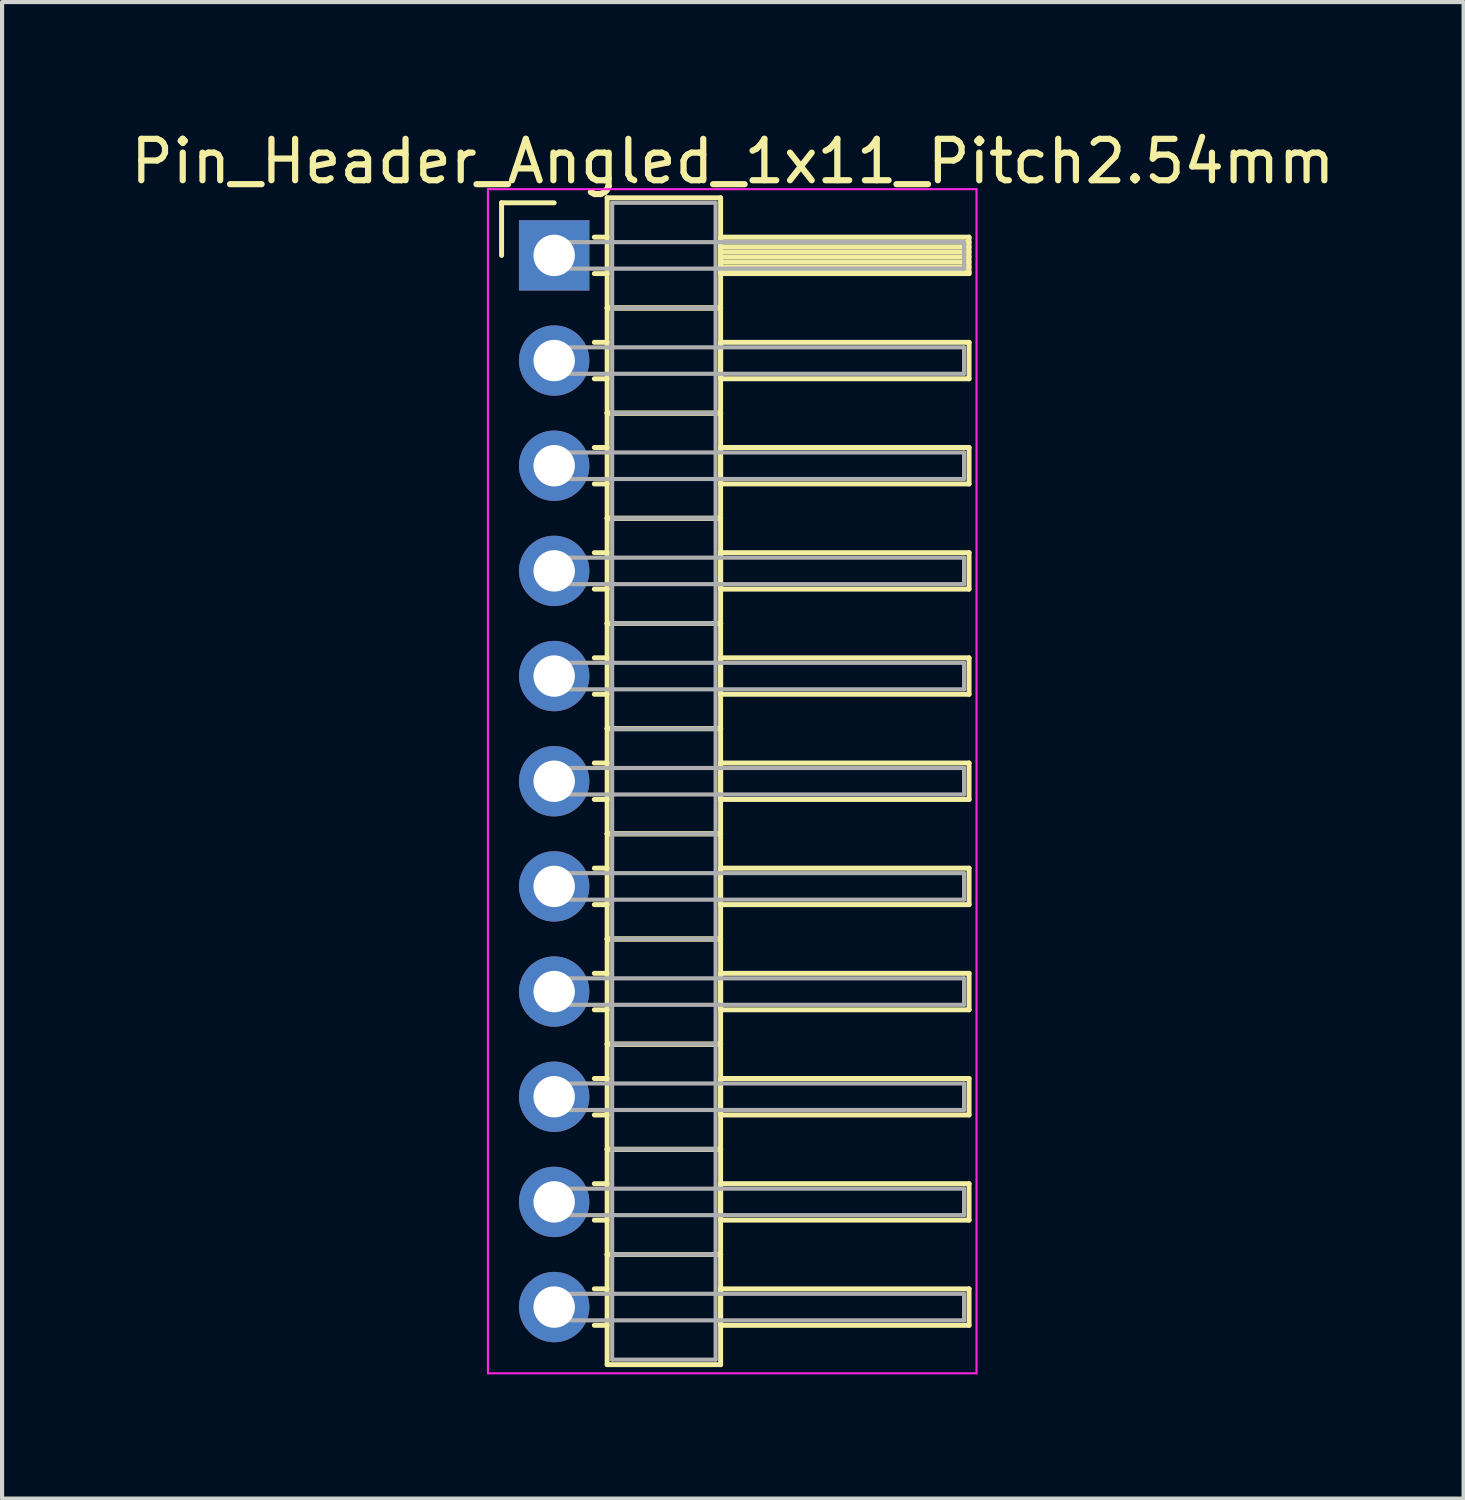
<source format=kicad_pcb>
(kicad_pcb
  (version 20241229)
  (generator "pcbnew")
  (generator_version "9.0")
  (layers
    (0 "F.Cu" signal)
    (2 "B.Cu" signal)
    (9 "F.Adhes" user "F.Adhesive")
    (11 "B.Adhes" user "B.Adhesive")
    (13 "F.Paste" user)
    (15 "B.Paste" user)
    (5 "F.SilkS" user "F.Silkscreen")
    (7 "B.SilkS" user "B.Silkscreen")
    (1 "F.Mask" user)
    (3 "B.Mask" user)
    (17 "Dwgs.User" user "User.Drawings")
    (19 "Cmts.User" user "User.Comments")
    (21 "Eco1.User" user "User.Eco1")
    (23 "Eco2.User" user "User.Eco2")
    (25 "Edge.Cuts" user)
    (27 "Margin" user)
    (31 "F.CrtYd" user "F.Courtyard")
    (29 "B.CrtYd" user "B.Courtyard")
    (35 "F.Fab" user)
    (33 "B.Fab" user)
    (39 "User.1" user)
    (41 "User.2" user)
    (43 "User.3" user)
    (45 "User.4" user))
  (footprint "Pin_Header_Angled_1x11_Pitch2.54mm"
    (layer "F.Cu")
    (at 10.334 3.118)
    (property "Reference" "Pin_Header_Angled_1x11_Pitch2.54mm" (at 4.315 -2.27 0) (layer "F.SilkS") (effects (font (size 1 1) (thickness 0.15))))
    (attr through_hole)
    (fp_line (start -1.27 -1.27) (end 0 -1.27) (stroke (width 0.12) (type solid)) (layer "F.SilkS"))
    (fp_line (start -1.27 0) (end -1.27 -1.27) (stroke (width 0.12) (type solid)) (layer "F.SilkS"))
    (fp_line (start 0.97 -0.44) (end 1.28 -0.44) (stroke (width 0.12) (type solid)) (layer "F.SilkS"))
    (fp_line (start 0.97 0.44) (end 1.28 0.44) (stroke (width 0.12) (type solid)) (layer "F.SilkS"))
    (fp_line (start 0.97 2.1) (end 1.28 2.1) (stroke (width 0.12) (type solid)) (layer "F.SilkS"))
    (fp_line (start 0.97 2.98) (end 1.28 2.98) (stroke (width 0.12) (type solid)) (layer "F.SilkS"))
    (fp_line (start 0.97 4.64) (end 1.28 4.64) (stroke (width 0.12) (type solid)) (layer "F.SilkS"))
    (fp_line (start 0.97 5.52) (end 1.28 5.52) (stroke (width 0.12) (type solid)) (layer "F.SilkS"))
    (fp_line (start 0.97 7.18) (end 1.28 7.18) (stroke (width 0.12) (type solid)) (layer "F.SilkS"))
    (fp_line (start 0.97 8.06) (end 1.28 8.06) (stroke (width 0.12) (type solid)) (layer "F.SilkS"))
    (fp_line (start 0.97 9.72) (end 1.28 9.72) (stroke (width 0.12) (type solid)) (layer "F.SilkS"))
    (fp_line (start 0.97 10.6) (end 1.28 10.6) (stroke (width 0.12) (type solid)) (layer "F.SilkS"))
    (fp_line (start 0.97 12.26) (end 1.28 12.26) (stroke (width 0.12) (type solid)) (layer "F.SilkS"))
    (fp_line (start 0.97 13.14) (end 1.28 13.14) (stroke (width 0.12) (type solid)) (layer "F.SilkS"))
    (fp_line (start 0.97 14.8) (end 1.28 14.8) (stroke (width 0.12) (type solid)) (layer "F.SilkS"))
    (fp_line (start 0.97 15.68) (end 1.28 15.68) (stroke (width 0.12) (type solid)) (layer "F.SilkS"))
    (fp_line (start 0.97 17.34) (end 1.28 17.34) (stroke (width 0.12) (type solid)) (layer "F.SilkS"))
    (fp_line (start 0.97 18.22) (end 1.28 18.22) (stroke (width 0.12) (type solid)) (layer "F.SilkS"))
    (fp_line (start 0.97 19.88) (end 1.28 19.88) (stroke (width 0.12) (type solid)) (layer "F.SilkS"))
    (fp_line (start 0.97 20.76) (end 1.28 20.76) (stroke (width 0.12) (type solid)) (layer "F.SilkS"))
    (fp_line (start 0.97 22.42) (end 1.28 22.42) (stroke (width 0.12) (type solid)) (layer "F.SilkS"))
    (fp_line (start 0.97 23.3) (end 1.28 23.3) (stroke (width 0.12) (type solid)) (layer "F.SilkS"))
    (fp_line (start 0.97 24.96) (end 1.28 24.96) (stroke (width 0.12) (type solid)) (layer "F.SilkS"))
    (fp_line (start 0.97 25.84) (end 1.28 25.84) (stroke (width 0.12) (type solid)) (layer "F.SilkS"))
    (fp_line (start 1.28 -1.39) (end 1.28 1.27) (stroke (width 0.12) (type solid)) (layer "F.SilkS"))
    (fp_line (start 1.28 1.27) (end 1.28 3.81) (stroke (width 0.12) (type solid)) (layer "F.SilkS"))
    (fp_line (start 1.28 1.27) (end 4.02 1.27) (stroke (width 0.12) (type solid)) (layer "F.SilkS"))
    (fp_line (start 1.28 3.81) (end 1.28 6.35) (stroke (width 0.12) (type solid)) (layer "F.SilkS"))
    (fp_line (start 1.28 3.81) (end 4.02 3.81) (stroke (width 0.12) (type solid)) (layer "F.SilkS"))
    (fp_line (start 1.28 6.35) (end 1.28 8.89) (stroke (width 0.12) (type solid)) (layer "F.SilkS"))
    (fp_line (start 1.28 6.35) (end 4.02 6.35) (stroke (width 0.12) (type solid)) (layer "F.SilkS"))
    (fp_line (start 1.28 8.89) (end 1.28 11.43) (stroke (width 0.12) (type solid)) (layer "F.SilkS"))
    (fp_line (start 1.28 8.89) (end 4.02 8.89) (stroke (width 0.12) (type solid)) (layer "F.SilkS"))
    (fp_line (start 1.28 11.43) (end 1.28 13.97) (stroke (width 0.12) (type solid)) (layer "F.SilkS"))
    (fp_line (start 1.28 11.43) (end 4.02 11.43) (stroke (width 0.12) (type solid)) (layer "F.SilkS"))
    (fp_line (start 1.28 13.97) (end 1.28 16.51) (stroke (width 0.12) (type solid)) (layer "F.SilkS"))
    (fp_line (start 1.28 13.97) (end 4.02 13.97) (stroke (width 0.12) (type solid)) (layer "F.SilkS"))
    (fp_line (start 1.28 16.51) (end 1.28 19.05) (stroke (width 0.12) (type solid)) (layer "F.SilkS"))
    (fp_line (start 1.28 16.51) (end 4.02 16.51) (stroke (width 0.12) (type solid)) (layer "F.SilkS"))
    (fp_line (start 1.28 19.05) (end 1.28 21.59) (stroke (width 0.12) (type solid)) (layer "F.SilkS"))
    (fp_line (start 1.28 19.05) (end 4.02 19.05) (stroke (width 0.12) (type solid)) (layer "F.SilkS"))
    (fp_line (start 1.28 21.59) (end 1.28 24.13) (stroke (width 0.12) (type solid)) (layer "F.SilkS"))
    (fp_line (start 1.28 21.59) (end 4.02 21.59) (stroke (width 0.12) (type solid)) (layer "F.SilkS"))
    (fp_line (start 1.28 24.13) (end 1.28 26.79) (stroke (width 0.12) (type solid)) (layer "F.SilkS"))
    (fp_line (start 1.28 24.13) (end 4.02 24.13) (stroke (width 0.12) (type solid)) (layer "F.SilkS"))
    (fp_line (start 1.28 26.79) (end 4.02 26.79) (stroke (width 0.12) (type solid)) (layer "F.SilkS"))
    (fp_line (start 4.02 -1.39) (end 1.28 -1.39) (stroke (width 0.12) (type solid)) (layer "F.SilkS"))
    (fp_line (start 4.02 -0.44) (end 4.02 0.44) (stroke (width 0.12) (type solid)) (layer "F.SilkS"))
    (fp_line (start 4.02 -0.32) (end 10.02 -0.32) (stroke (width 0.12) (type solid)) (layer "F.SilkS"))
    (fp_line (start 4.02 -0.2) (end 10.02 -0.2) (stroke (width 0.12) (type solid)) (layer "F.SilkS"))
    (fp_line (start 4.02 -0.08) (end 10.02 -0.08) (stroke (width 0.12) (type solid)) (layer "F.SilkS"))
    (fp_line (start 4.02 0.04) (end 10.02 0.04) (stroke (width 0.12) (type solid)) (layer "F.SilkS"))
    (fp_line (start 4.02 0.16) (end 10.02 0.16) (stroke (width 0.12) (type solid)) (layer "F.SilkS"))
    (fp_line (start 4.02 0.28) (end 10.02 0.28) (stroke (width 0.12) (type solid)) (layer "F.SilkS"))
    (fp_line (start 4.02 0.4) (end 10.02 0.4) (stroke (width 0.12) (type solid)) (layer "F.SilkS"))
    (fp_line (start 4.02 0.44) (end 10.02 0.44) (stroke (width 0.12) (type solid)) (layer "F.SilkS"))
    (fp_line (start 4.02 1.27) (end 1.28 1.27) (stroke (width 0.12) (type solid)) (layer "F.SilkS"))
    (fp_line (start 4.02 1.27) (end 4.02 -1.39) (stroke (width 0.12) (type solid)) (layer "F.SilkS"))
    (fp_line (start 4.02 2.1) (end 4.02 2.98) (stroke (width 0.12) (type solid)) (layer "F.SilkS"))
    (fp_line (start 4.02 2.98) (end 10.02 2.98) (stroke (width 0.12) (type solid)) (layer "F.SilkS"))
    (fp_line (start 4.02 3.81) (end 1.28 3.81) (stroke (width 0.12) (type solid)) (layer "F.SilkS"))
    (fp_line (start 4.02 3.81) (end 4.02 1.27) (stroke (width 0.12) (type solid)) (layer "F.SilkS"))
    (fp_line (start 4.02 4.64) (end 4.02 5.52) (stroke (width 0.12) (type solid)) (layer "F.SilkS"))
    (fp_line (start 4.02 5.52) (end 10.02 5.52) (stroke (width 0.12) (type solid)) (layer "F.SilkS"))
    (fp_line (start 4.02 6.35) (end 1.28 6.35) (stroke (width 0.12) (type solid)) (layer "F.SilkS"))
    (fp_line (start 4.02 6.35) (end 4.02 3.81) (stroke (width 0.12) (type solid)) (layer "F.SilkS"))
    (fp_line (start 4.02 7.18) (end 4.02 8.06) (stroke (width 0.12) (type solid)) (layer "F.SilkS"))
    (fp_line (start 4.02 8.06) (end 10.02 8.06) (stroke (width 0.12) (type solid)) (layer "F.SilkS"))
    (fp_line (start 4.02 8.89) (end 1.28 8.89) (stroke (width 0.12) (type solid)) (layer "F.SilkS"))
    (fp_line (start 4.02 8.89) (end 4.02 6.35) (stroke (width 0.12) (type solid)) (layer "F.SilkS"))
    (fp_line (start 4.02 9.72) (end 4.02 10.6) (stroke (width 0.12) (type solid)) (layer "F.SilkS"))
    (fp_line (start 4.02 10.6) (end 10.02 10.6) (stroke (width 0.12) (type solid)) (layer "F.SilkS"))
    (fp_line (start 4.02 11.43) (end 1.28 11.43) (stroke (width 0.12) (type solid)) (layer "F.SilkS"))
    (fp_line (start 4.02 11.43) (end 4.02 8.89) (stroke (width 0.12) (type solid)) (layer "F.SilkS"))
    (fp_line (start 4.02 12.26) (end 4.02 13.14) (stroke (width 0.12) (type solid)) (layer "F.SilkS"))
    (fp_line (start 4.02 13.14) (end 10.02 13.14) (stroke (width 0.12) (type solid)) (layer "F.SilkS"))
    (fp_line (start 4.02 13.97) (end 1.28 13.97) (stroke (width 0.12) (type solid)) (layer "F.SilkS"))
    (fp_line (start 4.02 13.97) (end 4.02 11.43) (stroke (width 0.12) (type solid)) (layer "F.SilkS"))
    (fp_line (start 4.02 14.8) (end 4.02 15.68) (stroke (width 0.12) (type solid)) (layer "F.SilkS"))
    (fp_line (start 4.02 15.68) (end 10.02 15.68) (stroke (width 0.12) (type solid)) (layer "F.SilkS"))
    (fp_line (start 4.02 16.51) (end 1.28 16.51) (stroke (width 0.12) (type solid)) (layer "F.SilkS"))
    (fp_line (start 4.02 16.51) (end 4.02 13.97) (stroke (width 0.12) (type solid)) (layer "F.SilkS"))
    (fp_line (start 4.02 17.34) (end 4.02 18.22) (stroke (width 0.12) (type solid)) (layer "F.SilkS"))
    (fp_line (start 4.02 18.22) (end 10.02 18.22) (stroke (width 0.12) (type solid)) (layer "F.SilkS"))
    (fp_line (start 4.02 19.05) (end 1.28 19.05) (stroke (width 0.12) (type solid)) (layer "F.SilkS"))
    (fp_line (start 4.02 19.05) (end 4.02 16.51) (stroke (width 0.12) (type solid)) (layer "F.SilkS"))
    (fp_line (start 4.02 19.88) (end 4.02 20.76) (stroke (width 0.12) (type solid)) (layer "F.SilkS"))
    (fp_line (start 4.02 20.76) (end 10.02 20.76) (stroke (width 0.12) (type solid)) (layer "F.SilkS"))
    (fp_line (start 4.02 21.59) (end 1.28 21.59) (stroke (width 0.12) (type solid)) (layer "F.SilkS"))
    (fp_line (start 4.02 21.59) (end 4.02 19.05) (stroke (width 0.12) (type solid)) (layer "F.SilkS"))
    (fp_line (start 4.02 22.42) (end 4.02 23.3) (stroke (width 0.12) (type solid)) (layer "F.SilkS"))
    (fp_line (start 4.02 23.3) (end 10.02 23.3) (stroke (width 0.12) (type solid)) (layer "F.SilkS"))
    (fp_line (start 4.02 24.13) (end 1.28 24.13) (stroke (width 0.12) (type solid)) (layer "F.SilkS"))
    (fp_line (start 4.02 24.13) (end 4.02 21.59) (stroke (width 0.12) (type solid)) (layer "F.SilkS"))
    (fp_line (start 4.02 24.96) (end 4.02 25.84) (stroke (width 0.12) (type solid)) (layer "F.SilkS"))
    (fp_line (start 4.02 25.84) (end 10.02 25.84) (stroke (width 0.12) (type solid)) (layer "F.SilkS"))
    (fp_line (start 4.02 26.79) (end 4.02 24.13) (stroke (width 0.12) (type solid)) (layer "F.SilkS"))
    (fp_line (start 10.02 -0.44) (end 4.02 -0.44) (stroke (width 0.12) (type solid)) (layer "F.SilkS"))
    (fp_line (start 10.02 0.44) (end 10.02 -0.44) (stroke (width 0.12) (type solid)) (layer "F.SilkS"))
    (fp_line (start 10.02 2.1) (end 4.02 2.1) (stroke (width 0.12) (type solid)) (layer "F.SilkS"))
    (fp_line (start 10.02 2.98) (end 10.02 2.1) (stroke (width 0.12) (type solid)) (layer "F.SilkS"))
    (fp_line (start 10.02 4.64) (end 4.02 4.64) (stroke (width 0.12) (type solid)) (layer "F.SilkS"))
    (fp_line (start 10.02 5.52) (end 10.02 4.64) (stroke (width 0.12) (type solid)) (layer "F.SilkS"))
    (fp_line (start 10.02 7.18) (end 4.02 7.18) (stroke (width 0.12) (type solid)) (layer "F.SilkS"))
    (fp_line (start 10.02 8.06) (end 10.02 7.18) (stroke (width 0.12) (type solid)) (layer "F.SilkS"))
    (fp_line (start 10.02 9.72) (end 4.02 9.72) (stroke (width 0.12) (type solid)) (layer "F.SilkS"))
    (fp_line (start 10.02 10.6) (end 10.02 9.72) (stroke (width 0.12) (type solid)) (layer "F.SilkS"))
    (fp_line (start 10.02 12.26) (end 4.02 12.26) (stroke (width 0.12) (type solid)) (layer "F.SilkS"))
    (fp_line (start 10.02 13.14) (end 10.02 12.26) (stroke (width 0.12) (type solid)) (layer "F.SilkS"))
    (fp_line (start 10.02 14.8) (end 4.02 14.8) (stroke (width 0.12) (type solid)) (layer "F.SilkS"))
    (fp_line (start 10.02 15.68) (end 10.02 14.8) (stroke (width 0.12) (type solid)) (layer "F.SilkS"))
    (fp_line (start 10.02 17.34) (end 4.02 17.34) (stroke (width 0.12) (type solid)) (layer "F.SilkS"))
    (fp_line (start 10.02 18.22) (end 10.02 17.34) (stroke (width 0.12) (type solid)) (layer "F.SilkS"))
    (fp_line (start 10.02 19.88) (end 4.02 19.88) (stroke (width 0.12) (type solid)) (layer "F.SilkS"))
    (fp_line (start 10.02 20.76) (end 10.02 19.88) (stroke (width 0.12) (type solid)) (layer "F.SilkS"))
    (fp_line (start 10.02 22.42) (end 4.02 22.42) (stroke (width 0.12) (type solid)) (layer "F.SilkS"))
    (fp_line (start 10.02 23.3) (end 10.02 22.42) (stroke (width 0.12) (type solid)) (layer "F.SilkS"))
    (fp_line (start 10.02 24.96) (end 4.02 24.96) (stroke (width 0.12) (type solid)) (layer "F.SilkS"))
    (fp_line (start 10.02 25.84) (end 10.02 24.96) (stroke (width 0.12) (type solid)) (layer "F.SilkS"))
    (fp_line (start -1.6 -1.6) (end -1.6 27) (stroke (width 0.05) (type solid)) (layer "F.CrtYd"))
    (fp_line (start -1.6 27) (end 10.2 27) (stroke (width 0.05) (type solid)) (layer "F.CrtYd"))
    (fp_line (start 10.2 -1.6) (end -1.6 -1.6) (stroke (width 0.05) (type solid)) (layer "F.CrtYd"))
    (fp_line (start 10.2 27) (end 10.2 -1.6) (stroke (width 0.05) (type solid)) (layer "F.CrtYd"))
    (fp_line (start 0 -0.32) (end 0 0.32) (stroke (width 0.1) (type solid)) (layer "F.Fab"))
    (fp_line (start 0 0.32) (end 9.9 0.32) (stroke (width 0.1) (type solid)) (layer "F.Fab"))
    (fp_line (start 0 2.22) (end 0 2.86) (stroke (width 0.1) (type solid)) (layer "F.Fab"))
    (fp_line (start 0 2.86) (end 9.9 2.86) (stroke (width 0.1) (type solid)) (layer "F.Fab"))
    (fp_line (start 0 4.76) (end 0 5.4) (stroke (width 0.1) (type solid)) (layer "F.Fab"))
    (fp_line (start 0 5.4) (end 9.9 5.4) (stroke (width 0.1) (type solid)) (layer "F.Fab"))
    (fp_line (start 0 7.3) (end 0 7.94) (stroke (width 0.1) (type solid)) (layer "F.Fab"))
    (fp_line (start 0 7.94) (end 9.9 7.94) (stroke (width 0.1) (type solid)) (layer "F.Fab"))
    (fp_line (start 0 9.84) (end 0 10.48) (stroke (width 0.1) (type solid)) (layer "F.Fab"))
    (fp_line (start 0 10.48) (end 9.9 10.48) (stroke (width 0.1) (type solid)) (layer "F.Fab"))
    (fp_line (start 0 12.38) (end 0 13.02) (stroke (width 0.1) (type solid)) (layer "F.Fab"))
    (fp_line (start 0 13.02) (end 9.9 13.02) (stroke (width 0.1) (type solid)) (layer "F.Fab"))
    (fp_line (start 0 14.92) (end 0 15.56) (stroke (width 0.1) (type solid)) (layer "F.Fab"))
    (fp_line (start 0 15.56) (end 9.9 15.56) (stroke (width 0.1) (type solid)) (layer "F.Fab"))
    (fp_line (start 0 17.46) (end 0 18.1) (stroke (width 0.1) (type solid)) (layer "F.Fab"))
    (fp_line (start 0 18.1) (end 9.9 18.1) (stroke (width 0.1) (type solid)) (layer "F.Fab"))
    (fp_line (start 0 20) (end 0 20.64) (stroke (width 0.1) (type solid)) (layer "F.Fab"))
    (fp_line (start 0 20.64) (end 9.9 20.64) (stroke (width 0.1) (type solid)) (layer "F.Fab"))
    (fp_line (start 0 22.54) (end 0 23.18) (stroke (width 0.1) (type solid)) (layer "F.Fab"))
    (fp_line (start 0 23.18) (end 9.9 23.18) (stroke (width 0.1) (type solid)) (layer "F.Fab"))
    (fp_line (start 0 25.08) (end 0 25.72) (stroke (width 0.1) (type solid)) (layer "F.Fab"))
    (fp_line (start 0 25.72) (end 9.9 25.72) (stroke (width 0.1) (type solid)) (layer "F.Fab"))
    (fp_line (start 1.4 -1.27) (end 1.4 1.27) (stroke (width 0.1) (type solid)) (layer "F.Fab"))
    (fp_line (start 1.4 1.27) (end 1.4 3.81) (stroke (width 0.1) (type solid)) (layer "F.Fab"))
    (fp_line (start 1.4 1.27) (end 3.9 1.27) (stroke (width 0.1) (type solid)) (layer "F.Fab"))
    (fp_line (start 1.4 3.81) (end 1.4 6.35) (stroke (width 0.1) (type solid)) (layer "F.Fab"))
    (fp_line (start 1.4 3.81) (end 3.9 3.81) (stroke (width 0.1) (type solid)) (layer "F.Fab"))
    (fp_line (start 1.4 6.35) (end 1.4 8.89) (stroke (width 0.1) (type solid)) (layer "F.Fab"))
    (fp_line (start 1.4 6.35) (end 3.9 6.35) (stroke (width 0.1) (type solid)) (layer "F.Fab"))
    (fp_line (start 1.4 8.89) (end 1.4 11.43) (stroke (width 0.1) (type solid)) (layer "F.Fab"))
    (fp_line (start 1.4 8.89) (end 3.9 8.89) (stroke (width 0.1) (type solid)) (layer "F.Fab"))
    (fp_line (start 1.4 11.43) (end 1.4 13.97) (stroke (width 0.1) (type solid)) (layer "F.Fab"))
    (fp_line (start 1.4 11.43) (end 3.9 11.43) (stroke (width 0.1) (type solid)) (layer "F.Fab"))
    (fp_line (start 1.4 13.97) (end 1.4 16.51) (stroke (width 0.1) (type solid)) (layer "F.Fab"))
    (fp_line (start 1.4 13.97) (end 3.9 13.97) (stroke (width 0.1) (type solid)) (layer "F.Fab"))
    (fp_line (start 1.4 16.51) (end 1.4 19.05) (stroke (width 0.1) (type solid)) (layer "F.Fab"))
    (fp_line (start 1.4 16.51) (end 3.9 16.51) (stroke (width 0.1) (type solid)) (layer "F.Fab"))
    (fp_line (start 1.4 19.05) (end 1.4 21.59) (stroke (width 0.1) (type solid)) (layer "F.Fab"))
    (fp_line (start 1.4 19.05) (end 3.9 19.05) (stroke (width 0.1) (type solid)) (layer "F.Fab"))
    (fp_line (start 1.4 21.59) (end 1.4 24.13) (stroke (width 0.1) (type solid)) (layer "F.Fab"))
    (fp_line (start 1.4 21.59) (end 3.9 21.59) (stroke (width 0.1) (type solid)) (layer "F.Fab"))
    (fp_line (start 1.4 24.13) (end 1.4 26.67) (stroke (width 0.1) (type solid)) (layer "F.Fab"))
    (fp_line (start 1.4 24.13) (end 3.9 24.13) (stroke (width 0.1) (type solid)) (layer "F.Fab"))
    (fp_line (start 1.4 26.67) (end 3.9 26.67) (stroke (width 0.1) (type solid)) (layer "F.Fab"))
    (fp_line (start 3.9 -1.27) (end 1.4 -1.27) (stroke (width 0.1) (type solid)) (layer "F.Fab"))
    (fp_line (start 3.9 1.27) (end 1.4 1.27) (stroke (width 0.1) (type solid)) (layer "F.Fab"))
    (fp_line (start 3.9 1.27) (end 3.9 -1.27) (stroke (width 0.1) (type solid)) (layer "F.Fab"))
    (fp_line (start 3.9 3.81) (end 1.4 3.81) (stroke (width 0.1) (type solid)) (layer "F.Fab"))
    (fp_line (start 3.9 3.81) (end 3.9 1.27) (stroke (width 0.1) (type solid)) (layer "F.Fab"))
    (fp_line (start 3.9 6.35) (end 1.4 6.35) (stroke (width 0.1) (type solid)) (layer "F.Fab"))
    (fp_line (start 3.9 6.35) (end 3.9 3.81) (stroke (width 0.1) (type solid)) (layer "F.Fab"))
    (fp_line (start 3.9 8.89) (end 1.4 8.89) (stroke (width 0.1) (type solid)) (layer "F.Fab"))
    (fp_line (start 3.9 8.89) (end 3.9 6.35) (stroke (width 0.1) (type solid)) (layer "F.Fab"))
    (fp_line (start 3.9 11.43) (end 1.4 11.43) (stroke (width 0.1) (type solid)) (layer "F.Fab"))
    (fp_line (start 3.9 11.43) (end 3.9 8.89) (stroke (width 0.1) (type solid)) (layer "F.Fab"))
    (fp_line (start 3.9 13.97) (end 1.4 13.97) (stroke (width 0.1) (type solid)) (layer "F.Fab"))
    (fp_line (start 3.9 13.97) (end 3.9 11.43) (stroke (width 0.1) (type solid)) (layer "F.Fab"))
    (fp_line (start 3.9 16.51) (end 1.4 16.51) (stroke (width 0.1) (type solid)) (layer "F.Fab"))
    (fp_line (start 3.9 16.51) (end 3.9 13.97) (stroke (width 0.1) (type solid)) (layer "F.Fab"))
    (fp_line (start 3.9 19.05) (end 1.4 19.05) (stroke (width 0.1) (type solid)) (layer "F.Fab"))
    (fp_line (start 3.9 19.05) (end 3.9 16.51) (stroke (width 0.1) (type solid)) (layer "F.Fab"))
    (fp_line (start 3.9 21.59) (end 1.4 21.59) (stroke (width 0.1) (type solid)) (layer "F.Fab"))
    (fp_line (start 3.9 21.59) (end 3.9 19.05) (stroke (width 0.1) (type solid)) (layer "F.Fab"))
    (fp_line (start 3.9 24.13) (end 1.4 24.13) (stroke (width 0.1) (type solid)) (layer "F.Fab"))
    (fp_line (start 3.9 24.13) (end 3.9 21.59) (stroke (width 0.1) (type solid)) (layer "F.Fab"))
    (fp_line (start 3.9 26.67) (end 3.9 24.13) (stroke (width 0.1) (type solid)) (layer "F.Fab"))
    (fp_line (start 9.9 -0.32) (end 0 -0.32) (stroke (width 0.1) (type solid)) (layer "F.Fab"))
    (fp_line (start 9.9 0.32) (end 9.9 -0.32) (stroke (width 0.1) (type solid)) (layer "F.Fab"))
    (fp_line (start 9.9 2.22) (end 0 2.22) (stroke (width 0.1) (type solid)) (layer "F.Fab"))
    (fp_line (start 9.9 2.86) (end 9.9 2.22) (stroke (width 0.1) (type solid)) (layer "F.Fab"))
    (fp_line (start 9.9 4.76) (end 0 4.76) (stroke (width 0.1) (type solid)) (layer "F.Fab"))
    (fp_line (start 9.9 5.4) (end 9.9 4.76) (stroke (width 0.1) (type solid)) (layer "F.Fab"))
    (fp_line (start 9.9 7.3) (end 0 7.3) (stroke (width 0.1) (type solid)) (layer "F.Fab"))
    (fp_line (start 9.9 7.94) (end 9.9 7.3) (stroke (width 0.1) (type solid)) (layer "F.Fab"))
    (fp_line (start 9.9 9.84) (end 0 9.84) (stroke (width 0.1) (type solid)) (layer "F.Fab"))
    (fp_line (start 9.9 10.48) (end 9.9 9.84) (stroke (width 0.1) (type solid)) (layer "F.Fab"))
    (fp_line (start 9.9 12.38) (end 0 12.38) (stroke (width 0.1) (type solid)) (layer "F.Fab"))
    (fp_line (start 9.9 13.02) (end 9.9 12.38) (stroke (width 0.1) (type solid)) (layer "F.Fab"))
    (fp_line (start 9.9 14.92) (end 0 14.92) (stroke (width 0.1) (type solid)) (layer "F.Fab"))
    (fp_line (start 9.9 15.56) (end 9.9 14.92) (stroke (width 0.1) (type solid)) (layer "F.Fab"))
    (fp_line (start 9.9 17.46) (end 0 17.46) (stroke (width 0.1) (type solid)) (layer "F.Fab"))
    (fp_line (start 9.9 18.1) (end 9.9 17.46) (stroke (width 0.1) (type solid)) (layer "F.Fab"))
    (fp_line (start 9.9 20) (end 0 20) (stroke (width 0.1) (type solid)) (layer "F.Fab"))
    (fp_line (start 9.9 20.64) (end 9.9 20) (stroke (width 0.1) (type solid)) (layer "F.Fab"))
    (fp_line (start 9.9 22.54) (end 0 22.54) (stroke (width 0.1) (type solid)) (layer "F.Fab"))
    (fp_line (start 9.9 23.18) (end 9.9 22.54) (stroke (width 0.1) (type solid)) (layer "F.Fab"))
    (fp_line (start 9.9 25.08) (end 0 25.08) (stroke (width 0.1) (type solid)) (layer "F.Fab"))
    (fp_line (start 9.9 25.72) (end 9.9 25.08) (stroke (width 0.1) (type solid)) (layer "F.Fab"))
    (pad "1" thru_hole rect (at 0 0) (size 1.7 1.7) (drill 1) (layers "*.Cu" "*.Mask"))
    (pad "2" thru_hole oval (at 0 2.54) (size 1.7 1.7) (drill 1) (layers "*.Cu" "*.Mask"))
    (pad "3" thru_hole oval (at 0 5.08) (size 1.7 1.7) (drill 1) (layers "*.Cu" "*.Mask"))
    (pad "4" thru_hole oval (at 0 7.62) (size 1.7 1.7) (drill 1) (layers "*.Cu" "*.Mask"))
    (pad "5" thru_hole oval (at 0 10.16) (size 1.7 1.7) (drill 1) (layers "*.Cu" "*.Mask"))
    (pad "6" thru_hole oval (at 0 12.7) (size 1.7 1.7) (drill 1) (layers "*.Cu" "*.Mask"))
    (pad "7" thru_hole oval (at 0 15.24) (size 1.7 1.7) (drill 1) (layers "*.Cu" "*.Mask"))
    (pad "8" thru_hole oval (at 0 17.78) (size 1.7 1.7) (drill 1) (layers "*.Cu" "*.Mask"))
    (pad "9" thru_hole oval (at 0 20.32) (size 1.7 1.7) (drill 1) (layers "*.Cu" "*.Mask"))
    (pad "10" thru_hole oval (at 0 22.86) (size 1.7 1.7) (drill 1) (layers "*.Cu" "*.Mask"))
    (pad "11" thru_hole oval (at 0 25.4) (size 1.7 1.7) (drill 1) (layers "*.Cu" "*.Mask")))
  (gr_rect
    (start -3 -3)
    (end 32.298 33.143)
    (stroke (width 0.1) (type default))
    (fill no)
    (layer "Edge.Cuts")))
</source>
